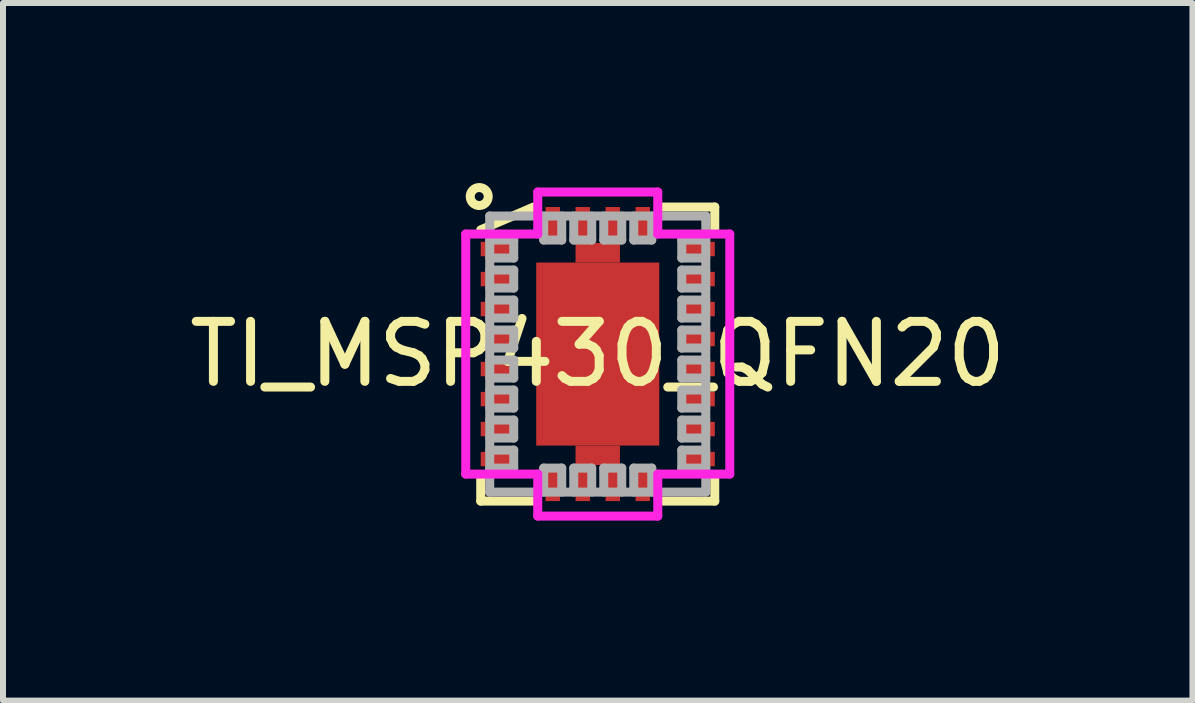
<source format=kicad_pcb>
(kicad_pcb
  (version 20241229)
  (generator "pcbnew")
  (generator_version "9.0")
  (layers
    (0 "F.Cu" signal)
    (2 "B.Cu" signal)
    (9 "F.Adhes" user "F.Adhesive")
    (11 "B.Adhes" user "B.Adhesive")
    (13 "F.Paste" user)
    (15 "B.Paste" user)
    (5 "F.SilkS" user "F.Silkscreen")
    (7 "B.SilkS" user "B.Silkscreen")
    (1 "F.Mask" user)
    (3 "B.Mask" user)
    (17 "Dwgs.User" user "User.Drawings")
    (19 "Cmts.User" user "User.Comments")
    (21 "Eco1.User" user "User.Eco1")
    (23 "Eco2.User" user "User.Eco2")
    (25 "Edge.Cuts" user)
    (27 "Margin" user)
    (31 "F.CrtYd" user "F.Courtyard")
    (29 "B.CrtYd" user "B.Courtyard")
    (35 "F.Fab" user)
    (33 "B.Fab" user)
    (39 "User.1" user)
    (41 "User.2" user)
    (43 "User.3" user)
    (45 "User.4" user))
  (footprint "TI_MSP430_QFN20"
    (layer "F.Cu")
    (at 6.911 2.85)
    (property "Reference" "TI_MSP430_QFN20" (at 0 0 0) (layer "F.SilkS") (effects (font (size 1 1) (thickness 0.15))))
    (attr through_hole)
    (fp_line (start -1.95 -2.07) (end -1.07 -2.45) (stroke (width 0.15) (type solid)) (layer "F.SilkS"))
    (fp_line (start -1.95 2.45) (end -1.95 2.07) (stroke (width 0.15) (type solid)) (layer "F.SilkS"))
    (fp_line (start -1.07 2.45) (end -1.95 2.45) (stroke (width 0.15) (type solid)) (layer "F.SilkS"))
    (fp_line (start 1.07 -2.45) (end 1.95 -2.45) (stroke (width 0.15) (type solid)) (layer "F.SilkS"))
    (fp_line (start 1.95 -2.45) (end 1.95 -2.07) (stroke (width 0.15) (type solid)) (layer "F.SilkS"))
    (fp_line (start 1.95 2.07) (end 1.95 2.45) (stroke (width 0.15) (type solid)) (layer "F.SilkS"))
    (fp_line (start 1.95 2.45) (end 1.07 2.45) (stroke (width 0.15) (type solid)) (layer "F.SilkS"))
    (fp_circle (center -1.975 -2.625) (end -1.975 -2.475) (stroke (width 0.15) (type solid)) (fill no) (layer "F.SilkS"))
    (fp_line (start -2.2 -2) (end -1 -2) (stroke (width 0.15) (type solid)) (layer "F.CrtYd"))
    (fp_line (start -2.2 2) (end -2.2 -2) (stroke (width 0.15) (type solid)) (layer "F.CrtYd"))
    (fp_line (start -1 -2.7) (end 1 -2.7) (stroke (width 0.15) (type solid)) (layer "F.CrtYd"))
    (fp_line (start -1 -2) (end -1 -2.7) (stroke (width 0.15) (type solid)) (layer "F.CrtYd"))
    (fp_line (start -1 2) (end -2.2 2) (stroke (width 0.15) (type solid)) (layer "F.CrtYd"))
    (fp_line (start -1 2.7) (end -1 2) (stroke (width 0.15) (type solid)) (layer "F.CrtYd"))
    (fp_line (start 1 -2.7) (end 1 -2) (stroke (width 0.15) (type solid)) (layer "F.CrtYd"))
    (fp_line (start 1 -2) (end 2.2 -2) (stroke (width 0.15) (type solid)) (layer "F.CrtYd"))
    (fp_line (start 1 2) (end 1 2.7) (stroke (width 0.15) (type solid)) (layer "F.CrtYd"))
    (fp_line (start 1 2.7) (end -1 2.7) (stroke (width 0.15) (type solid)) (layer "F.CrtYd"))
    (fp_line (start 2.2 -2) (end 2.2 2) (stroke (width 0.15) (type solid)) (layer "F.CrtYd"))
    (fp_line (start 2.2 2) (end 1 2) (stroke (width 0.15) (type solid)) (layer "F.CrtYd"))
    (fp_line (start -1.8 -2.3) (end 1.8 -2.3) (stroke (width 0.15) (type solid)) (layer "F.Fab"))
    (fp_line (start -1.8 -1.9) (end -1.4 -1.9) (stroke (width 0.15) (type solid)) (layer "F.Fab"))
    (fp_line (start -1.8 -1.4) (end -1.4 -1.4) (stroke (width 0.15) (type solid)) (layer "F.Fab"))
    (fp_line (start -1.8 -0.9) (end -1.4 -0.9) (stroke (width 0.15) (type solid)) (layer "F.Fab"))
    (fp_line (start -1.8 -0.4) (end -1.4 -0.4) (stroke (width 0.15) (type solid)) (layer "F.Fab"))
    (fp_line (start -1.8 0.1) (end -1.4 0.1) (stroke (width 0.15) (type solid)) (layer "F.Fab"))
    (fp_line (start -1.8 0.6) (end -1.4 0.6) (stroke (width 0.15) (type solid)) (layer "F.Fab"))
    (fp_line (start -1.8 1.1) (end -1.4 1.1) (stroke (width 0.15) (type solid)) (layer "F.Fab"))
    (fp_line (start -1.8 1.6) (end -1.4 1.6) (stroke (width 0.15) (type solid)) (layer "F.Fab"))
    (fp_line (start -1.8 2.3) (end -1.8 -2.3) (stroke (width 0.15) (type solid)) (layer "F.Fab"))
    (fp_line (start -1.4 -1.9) (end -1.4 -1.6) (stroke (width 0.15) (type solid)) (layer "F.Fab"))
    (fp_line (start -1.4 -1.6) (end -1.8 -1.6) (stroke (width 0.15) (type solid)) (layer "F.Fab"))
    (fp_line (start -1.4 -1.4) (end -1.4 -1.1) (stroke (width 0.15) (type solid)) (layer "F.Fab"))
    (fp_line (start -1.4 -1.1) (end -1.8 -1.1) (stroke (width 0.15) (type solid)) (layer "F.Fab"))
    (fp_line (start -1.4 -0.9) (end -1.4 -0.6) (stroke (width 0.15) (type solid)) (layer "F.Fab"))
    (fp_line (start -1.4 -0.6) (end -1.8 -0.6) (stroke (width 0.15) (type solid)) (layer "F.Fab"))
    (fp_line (start -1.4 -0.4) (end -1.4 -0.1) (stroke (width 0.15) (type solid)) (layer "F.Fab"))
    (fp_line (start -1.4 -0.1) (end -1.8 -0.1) (stroke (width 0.15) (type solid)) (layer "F.Fab"))
    (fp_line (start -1.4 0.1) (end -1.4 0.4) (stroke (width 0.15) (type solid)) (layer "F.Fab"))
    (fp_line (start -1.4 0.4) (end -1.8 0.4) (stroke (width 0.15) (type solid)) (layer "F.Fab"))
    (fp_line (start -1.4 0.6) (end -1.4 0.9) (stroke (width 0.15) (type solid)) (layer "F.Fab"))
    (fp_line (start -1.4 0.9) (end -1.8 0.9) (stroke (width 0.15) (type solid)) (layer "F.Fab"))
    (fp_line (start -1.4 1.1) (end -1.4 1.4) (stroke (width 0.15) (type solid)) (layer "F.Fab"))
    (fp_line (start -1.4 1.4) (end -1.8 1.4) (stroke (width 0.15) (type solid)) (layer "F.Fab"))
    (fp_line (start -1.4 1.6) (end -1.4 1.9) (stroke (width 0.15) (type solid)) (layer "F.Fab"))
    (fp_line (start -1.4 1.9) (end -1.8 1.9) (stroke (width 0.15) (type solid)) (layer "F.Fab"))
    (fp_line (start -0.9 -1.9) (end -0.9 -2.3) (stroke (width 0.15) (type solid)) (layer "F.Fab"))
    (fp_line (start -0.9 1.9) (end -0.6 1.9) (stroke (width 0.15) (type solid)) (layer "F.Fab"))
    (fp_line (start -0.9 2.3) (end -0.9 1.9) (stroke (width 0.15) (type solid)) (layer "F.Fab"))
    (fp_line (start -0.6 -2.3) (end -0.6 -1.9) (stroke (width 0.15) (type solid)) (layer "F.Fab"))
    (fp_line (start -0.6 -1.9) (end -0.9 -1.9) (stroke (width 0.15) (type solid)) (layer "F.Fab"))
    (fp_line (start -0.6 1.9) (end -0.6 2.3) (stroke (width 0.15) (type solid)) (layer "F.Fab"))
    (fp_line (start -0.4 -1.9) (end -0.4 -2.3) (stroke (width 0.15) (type solid)) (layer "F.Fab"))
    (fp_line (start -0.4 1.9) (end -0.1 1.9) (stroke (width 0.15) (type solid)) (layer "F.Fab"))
    (fp_line (start -0.4 2.3) (end -0.4 1.9) (stroke (width 0.15) (type solid)) (layer "F.Fab"))
    (fp_line (start -0.1 -2.3) (end -0.1 -1.9) (stroke (width 0.15) (type solid)) (layer "F.Fab"))
    (fp_line (start -0.1 -1.9) (end -0.4 -1.9) (stroke (width 0.15) (type solid)) (layer "F.Fab"))
    (fp_line (start -0.1 1.9) (end -0.1 2.3) (stroke (width 0.15) (type solid)) (layer "F.Fab"))
    (fp_line (start 0.1 -1.9) (end 0.1 -2.3) (stroke (width 0.15) (type solid)) (layer "F.Fab"))
    (fp_line (start 0.1 1.9) (end 0.4 1.9) (stroke (width 0.15) (type solid)) (layer "F.Fab"))
    (fp_line (start 0.1 2.3) (end 0.1 1.9) (stroke (width 0.15) (type solid)) (layer "F.Fab"))
    (fp_line (start 0.4 -2.3) (end 0.4 -1.9) (stroke (width 0.15) (type solid)) (layer "F.Fab"))
    (fp_line (start 0.4 -1.9) (end 0.1 -1.9) (stroke (width 0.15) (type solid)) (layer "F.Fab"))
    (fp_line (start 0.4 1.9) (end 0.4 2.3) (stroke (width 0.15) (type solid)) (layer "F.Fab"))
    (fp_line (start 0.6 -1.9) (end 0.6 -2.3) (stroke (width 0.15) (type solid)) (layer "F.Fab"))
    (fp_line (start 0.6 1.9) (end 0.9 1.9) (stroke (width 0.15) (type solid)) (layer "F.Fab"))
    (fp_line (start 0.6 2.3) (end 0.6 1.9) (stroke (width 0.15) (type solid)) (layer "F.Fab"))
    (fp_line (start 0.9 -2.3) (end 0.9 -1.9) (stroke (width 0.15) (type solid)) (layer "F.Fab"))
    (fp_line (start 0.9 -1.9) (end 0.6 -1.9) (stroke (width 0.15) (type solid)) (layer "F.Fab"))
    (fp_line (start 0.9 1.9) (end 0.9 2.3) (stroke (width 0.15) (type solid)) (layer "F.Fab"))
    (fp_line (start 1.4 -1.9) (end 1.8 -1.9) (stroke (width 0.15) (type solid)) (layer "F.Fab"))
    (fp_line (start 1.4 -1.6) (end 1.4 -1.9) (stroke (width 0.15) (type solid)) (layer "F.Fab"))
    (fp_line (start 1.4 -1.4) (end 1.8 -1.4) (stroke (width 0.15) (type solid)) (layer "F.Fab"))
    (fp_line (start 1.4 -1.1) (end 1.4 -1.4) (stroke (width 0.15) (type solid)) (layer "F.Fab"))
    (fp_line (start 1.4 -0.9) (end 1.8 -0.9) (stroke (width 0.15) (type solid)) (layer "F.Fab"))
    (fp_line (start 1.4 -0.6) (end 1.4 -0.9) (stroke (width 0.15) (type solid)) (layer "F.Fab"))
    (fp_line (start 1.4 -0.4) (end 1.8 -0.4) (stroke (width 0.15) (type solid)) (layer "F.Fab"))
    (fp_line (start 1.4 -0.1) (end 1.4 -0.4) (stroke (width 0.15) (type solid)) (layer "F.Fab"))
    (fp_line (start 1.4 0.1) (end 1.8 0.1) (stroke (width 0.15) (type solid)) (layer "F.Fab"))
    (fp_line (start 1.4 0.4) (end 1.4 0.1) (stroke (width 0.15) (type solid)) (layer "F.Fab"))
    (fp_line (start 1.4 0.6) (end 1.8 0.6) (stroke (width 0.15) (type solid)) (layer "F.Fab"))
    (fp_line (start 1.4 0.9) (end 1.4 0.6) (stroke (width 0.15) (type solid)) (layer "F.Fab"))
    (fp_line (start 1.4 1.1) (end 1.8 1.1) (stroke (width 0.15) (type solid)) (layer "F.Fab"))
    (fp_line (start 1.4 1.4) (end 1.4 1.1) (stroke (width 0.15) (type solid)) (layer "F.Fab"))
    (fp_line (start 1.4 1.6) (end 1.8 1.6) (stroke (width 0.15) (type solid)) (layer "F.Fab"))
    (fp_line (start 1.4 1.9) (end 1.4 1.6) (stroke (width 0.15) (type solid)) (layer "F.Fab"))
    (fp_line (start 1.8 -2.3) (end 1.8 2.3) (stroke (width 0.15) (type solid)) (layer "F.Fab"))
    (fp_line (start 1.8 -1.6) (end 1.4 -1.6) (stroke (width 0.15) (type solid)) (layer "F.Fab"))
    (fp_line (start 1.8 -1.1) (end 1.4 -1.1) (stroke (width 0.15) (type solid)) (layer "F.Fab"))
    (fp_line (start 1.8 -0.6) (end 1.4 -0.6) (stroke (width 0.15) (type solid)) (layer "F.Fab"))
    (fp_line (start 1.8 -0.1) (end 1.4 -0.1) (stroke (width 0.15) (type solid)) (layer "F.Fab"))
    (fp_line (start 1.8 0.4) (end 1.4 0.4) (stroke (width 0.15) (type solid)) (layer "F.Fab"))
    (fp_line (start 1.8 0.9) (end 1.4 0.9) (stroke (width 0.15) (type solid)) (layer "F.Fab"))
    (fp_line (start 1.8 1.4) (end 1.4 1.4) (stroke (width 0.15) (type solid)) (layer "F.Fab"))
    (fp_line (start 1.8 1.9) (end 1.4 1.9) (stroke (width 0.15) (type solid)) (layer "F.Fab"))
    (fp_line (start 1.8 2.3) (end -1.8 2.3) (stroke (width 0.15) (type solid)) (layer "F.Fab"))
    (pad "1" smd rect (at -0.75 -2.15) (size 0.24 0.6) (layers "F.Cu" "F.Mask" "F.Paste"))
    (pad "2" smd rect (at -1.65 -1.75) (size 0.6 0.24) (layers "F.Cu" "F.Mask" "F.Paste"))
    (pad "3" smd rect (at -1.65 -1.25) (size 0.6 0.24) (layers "F.Cu" "F.Mask" "F.Paste"))
    (pad "4" smd rect (at -1.65 -0.75) (size 0.6 0.24) (layers "F.Cu" "F.Mask" "F.Paste"))
    (pad "5" smd rect (at -1.65 -0.25) (size 0.6 0.24) (layers "F.Cu" "F.Mask" "F.Paste"))
    (pad "6" smd rect (at -1.65 0.25) (size 0.6 0.24) (layers "F.Cu" "F.Mask" "F.Paste"))
    (pad "7" smd rect (at -1.65 0.75) (size 0.6 0.24) (layers "F.Cu" "F.Mask" "F.Paste"))
    (pad "8" smd rect (at -1.65 1.25) (size 0.6 0.24) (layers "F.Cu" "F.Mask" "F.Paste"))
    (pad "9" smd rect (at -1.65 1.75) (size 0.6 0.24) (layers "F.Cu" "F.Mask" "F.Paste"))
    (pad "10" smd rect (at -0.75 2.15) (size 0.24 0.6) (layers "F.Cu" "F.Mask" "F.Paste"))
    (pad "11" smd rect (at 0.75 2.15) (size 0.24 0.6) (layers "F.Cu" "F.Mask" "F.Paste"))
    (pad "12" smd rect (at 1.65 1.75) (size 0.6 0.24) (layers "F.Cu" "F.Mask" "F.Paste"))
    (pad "13" smd rect (at 1.65 1.25) (size 0.6 0.24) (layers "F.Cu" "F.Mask" "F.Paste"))
    (pad "14" smd rect (at 1.65 0.75) (size 0.6 0.24) (layers "F.Cu" "F.Mask" "F.Paste"))
    (pad "15" smd rect (at 1.65 0.25) (size 0.6 0.24) (layers "F.Cu" "F.Mask" "F.Paste"))
    (pad "16" smd rect (at 1.65 -0.25) (size 0.6 0.24) (layers "F.Cu" "F.Mask" "F.Paste"))
    (pad "17" smd rect (at 1.65 -0.75) (size 0.6 0.24) (layers "F.Cu" "F.Mask" "F.Paste"))
    (pad "18" smd rect (at 1.65 -1.25) (size 0.6 0.24) (layers "F.Cu" "F.Mask" "F.Paste"))
    (pad "19" smd rect (at 1.65 -1.75) (size 0.6 0.24) (layers "F.Cu" "F.Mask" "F.Paste"))
    (pad "20" smd rect (at 0.75 -2.15) (size 0.24 0.6) (layers "F.Cu" "F.Mask" "F.Paste"))
    (pad "21" smd rect (at -0.25 -2.15) (size 0.24 0.6) (layers "F.Cu" "F.Mask" "F.Paste"))
    (pad "21" smd rect (at -0.25 2.15) (size 0.24 0.6) (layers "F.Cu" "F.Mask" "F.Paste"))
    (pad "21" smd rect (at 0 -1.688) (size 0.74 0.325) (layers "F.Cu" "F.Mask" "F.Paste"))
    (pad "21" smd rect (at 0 0) (size 2.05 3.05) (layers "F.Cu" "F.Mask" "F.Paste"))
    (pad "21" smd rect (at 0 1.688) (size 0.74 0.325) (layers "F.Cu" "F.Mask" "F.Paste"))
    (pad "21" smd rect (at 0.25 -2.15) (size 0.24 0.6) (layers "F.Cu" "F.Mask" "F.Paste"))
    (pad "21" smd rect (at 0.25 2.15) (size 0.24 0.6) (layers "F.Cu" "F.Mask" "F.Paste")))
  (gr_rect
    (start -3 -3)
    (end 16.821 8.625)
    (stroke (width 0.1) (type default))
    (fill no)
    (layer "Edge.Cuts")))
</source>
